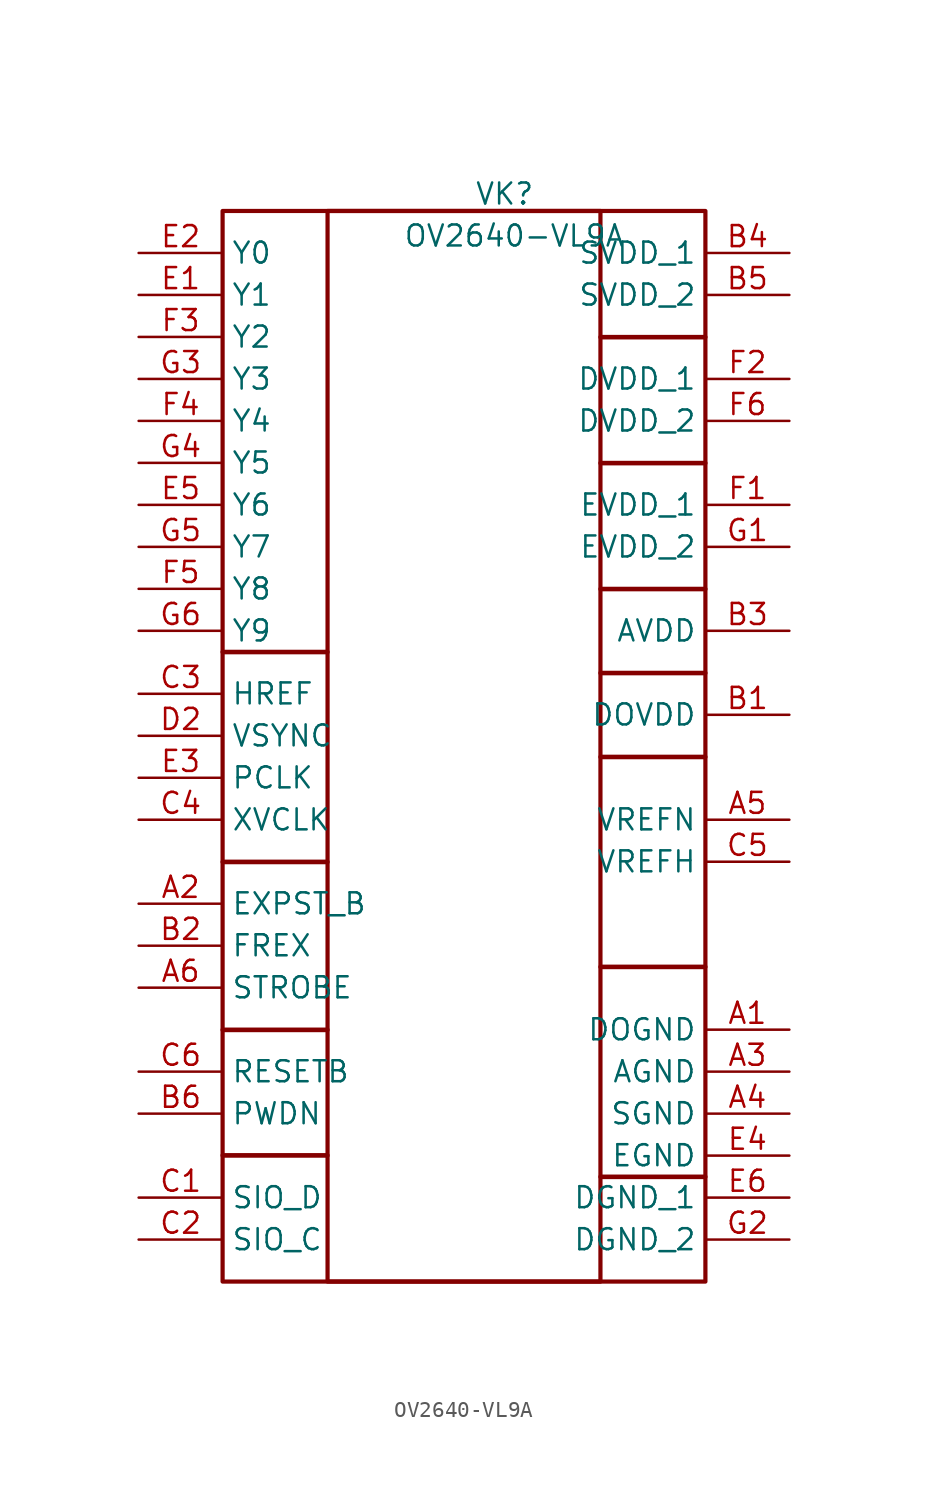
<source format=kicad_sym>
(kicad_symbol_lib
  (version 20241209)
  (generator "kicad_symbol_editor")
  (generator_version "9.0")
  (symbol "OV2640-VL9A"
    (property "Reference" "VK"
      (at 16.51 4.318 0)
      (effects (font (size 1.27 1.27)) (justify left top)))
    (property "Value" "OV2640-VL9A"
      (at 12.192 1.778 0)
      (effects (font (size 1.27 1.27)) (justify left top)))
    (symbol "OV2640-VL9A_1_1"
      (rectangle (start 1.27 2.54) (end 30.48 -62.23) (stroke (width 0.254) (type default)) (fill (type none)))
      (rectangle (start 1.27 -24.13) (end 7.62 -24.155) (stroke (width 0.254) (type default)) (fill (type none)))
      (rectangle (start 1.27 -36.83) (end 7.62 -36.855) (stroke (width 0.254) (type default)) (fill (type none)))
      (rectangle (start 1.27 -46.99) (end 7.62 -47.015) (stroke (width 0.254) (type default)) (fill (type none)))
      (rectangle (start 1.27 -54.585) (end 7.62 -54.61) (stroke (width 0.254) (type default)) (fill (type none)))
      (rectangle (start 7.62 2.54) (end 24.13 -62.23) (stroke (width 0.254) (type default)) (fill (type none)))
      (rectangle (start 24.13 -5.08) (end 30.48 -5.105) (stroke (width 0.254) (type default)) (fill (type none)))
      (rectangle (start 24.13 -12.7) (end 30.48 -12.725) (stroke (width 0.254) (type default)) (fill (type none)))
      (rectangle (start 24.13 -20.32) (end 30.48 -20.345) (stroke (width 0.254) (type default)) (fill (type none)))
      (rectangle (start 24.13 -25.4) (end 30.48 -25.425) (stroke (width 0.254) (type default)) (fill (type none)))
      (rectangle (start 24.13 -30.48) (end 30.48 -30.505) (stroke (width 0.254) (type default)) (fill (type none)))
      (rectangle (start 24.13 -43.18) (end 30.48 -43.205) (stroke (width 0.254) (type default)) (fill (type none)))
      (rectangle (start 24.13 -55.88) (end 30.48 -55.905) (stroke (width 0.254) (type default)) (fill (type none)))
      (pin passive line (at -3.81 0 0) (length 5.08) (name "Y0" (effects (font (size 1.27 1.27)))) (number "E2" (effects (font (size 1.27 1.27)))))
      (pin passive line (at -3.81 -2.54 0) (length 5.08) (name "Y1" (effects (font (size 1.27 1.27)))) (number "E1" (effects (font (size 1.27 1.27)))))
      (pin passive line (at -3.81 -5.08 0) (length 5.08) (name "Y2" (effects (font (size 1.27 1.27)))) (number "F3" (effects (font (size 1.27 1.27)))))
      (pin passive line (at -3.81 -7.62 0) (length 5.08) (name "Y3" (effects (font (size 1.27 1.27)))) (number "G3" (effects (font (size 1.27 1.27)))))
      (pin passive line (at -3.81 -10.16 0) (length 5.08) (name "Y4" (effects (font (size 1.27 1.27)))) (number "F4" (effects (font (size 1.27 1.27)))))
      (pin passive line (at -3.81 -12.7 0) (length 5.08) (name "Y5" (effects (font (size 1.27 1.27)))) (number "G4" (effects (font (size 1.27 1.27)))))
      (pin passive line (at -3.81 -15.24 0) (length 5.08) (name "Y6" (effects (font (size 1.27 1.27)))) (number "E5" (effects (font (size 1.27 1.27)))))
      (pin passive line (at -3.81 -17.78 0) (length 5.08) (name "Y7" (effects (font (size 1.27 1.27)))) (number "G5" (effects (font (size 1.27 1.27)))))
      (pin passive line (at -3.81 -20.32 0) (length 5.08) (name "Y8" (effects (font (size 1.27 1.27)))) (number "F5" (effects (font (size 1.27 1.27)))))
      (pin passive line (at -3.81 -22.86 0) (length 5.08) (name "Y9" (effects (font (size 1.27 1.27)))) (number "G6" (effects (font (size 1.27 1.27)))))
      (pin passive line (at -3.81 -26.67 0) (length 5.08) (name "HREF" (effects (font (size 1.27 1.27)))) (number "C3" (effects (font (size 1.27 1.27)))))
      (pin passive line (at -3.81 -29.21 0) (length 5.08) (name "VSYNC" (effects (font (size 1.27 1.27)))) (number "D2" (effects (font (size 1.27 1.27)))))
      (pin passive line (at -3.81 -31.75 0) (length 5.08) (name "PCLK" (effects (font (size 1.27 1.27)))) (number "E3" (effects (font (size 1.27 1.27)))))
      (pin passive line (at -3.81 -34.29 0) (length 5.08) (name "XVCLK" (effects (font (size 1.27 1.27)))) (number "C4" (effects (font (size 1.27 1.27)))))
      (pin passive line (at -3.81 -39.37 0) (length 5.08) (name "EXPST_B" (effects (font (size 1.27 1.27)))) (number "A2" (effects (font (size 1.27 1.27)))))
      (pin passive line (at -3.81 -41.91 0) (length 5.08) (name "FREX" (effects (font (size 1.27 1.27)))) (number "B2" (effects (font (size 1.27 1.27)))))
      (pin passive line (at -3.81 -44.45 0) (length 5.08) (name "STROBE" (effects (font (size 1.27 1.27)))) (number "A6" (effects (font (size 1.27 1.27)))))
      (pin passive line (at -3.81 -49.53 0) (length 5.08) (name "RESETB" (effects (font (size 1.27 1.27)))) (number "C6" (effects (font (size 1.27 1.27)))))
      (pin passive line (at -3.81 -52.07 0) (length 5.08) (name "PWDN" (effects (font (size 1.27 1.27)))) (number "B6" (effects (font (size 1.27 1.27)))))
      (pin passive line (at -3.81 -57.15 0) (length 5.08) (name "SIO_D" (effects (font (size 1.27 1.27)))) (number "C1" (effects (font (size 1.27 1.27)))))
      (pin passive line (at -3.81 -59.69 0) (length 5.08) (name "SIO_C" (effects (font (size 1.27 1.27)))) (number "C2" (effects (font (size 1.27 1.27)))))
      (pin no_connect line (at 22.86 -62.23 180) (length 5.08) (hide yes) (name "NC" (effects (font (size 1.27 1.27)))) (number "D6" (effects (font (size 1.27 1.27)))))
      (pin passive line (at 35.56 0 180) (length 5.08) (name "SVDD_1" (effects (font (size 1.27 1.27)))) (number "B4" (effects (font (size 1.27 1.27)))))
      (pin passive line (at 35.56 -2.54 180) (length 5.08) (name "SVDD_2" (effects (font (size 1.27 1.27)))) (number "B5" (effects (font (size 1.27 1.27)))))
      (pin passive line (at 35.56 -7.62 180) (length 5.08) (name "DVDD_1" (effects (font (size 1.27 1.27)))) (number "F2" (effects (font (size 1.27 1.27)))))
      (pin passive line (at 35.56 -10.16 180) (length 5.08) (name "DVDD_2" (effects (font (size 1.27 1.27)))) (number "F6" (effects (font (size 1.27 1.27)))))
      (pin passive line (at 35.56 -15.24 180) (length 5.08) (name "EVDD_1" (effects (font (size 1.27 1.27)))) (number "F1" (effects (font (size 1.27 1.27)))))
      (pin passive line (at 35.56 -17.78 180) (length 5.08) (name "EVDD_2" (effects (font (size 1.27 1.27)))) (number "G1" (effects (font (size 1.27 1.27)))))
      (pin passive line (at 35.56 -22.86 180) (length 5.08) (name "AVDD" (effects (font (size 1.27 1.27)))) (number "B3" (effects (font (size 1.27 1.27)))))
      (pin passive line (at 35.56 -27.94 180) (length 5.08) (name "DOVDD" (effects (font (size 1.27 1.27)))) (number "B1" (effects (font (size 1.27 1.27)))))
      (pin passive line (at 35.56 -34.29 180) (length 5.08) (name "VREFN" (effects (font (size 1.27 1.27)))) (number "A5" (effects (font (size 1.27 1.27)))))
      (pin passive line (at 35.56 -36.83 180) (length 5.08) (name "VREFH" (effects (font (size 1.27 1.27)))) (number "C5" (effects (font (size 1.27 1.27)))))
      (pin passive line (at 35.56 -46.99 180) (length 5.08) (name "DOGND" (effects (font (size 1.27 1.27)))) (number "A1" (effects (font (size 1.27 1.27)))))
      (pin passive line (at 35.56 -49.53 180) (length 5.08) (name "AGND" (effects (font (size 1.27 1.27)))) (number "A3" (effects (font (size 1.27 1.27)))))
      (pin passive line (at 35.56 -52.07 180) (length 5.08) (name "SGND" (effects (font (size 1.27 1.27)))) (number "A4" (effects (font (size 1.27 1.27)))))
      (pin passive line (at 35.56 -54.61 180) (length 5.08) (name "EGND" (effects (font (size 1.27 1.27)))) (number "E4" (effects (font (size 1.27 1.27)))))
      (pin passive line (at 35.56 -57.15 180) (length 5.08) (name "DGND_1" (effects (font (size 1.27 1.27)))) (number "E6" (effects (font (size 1.27 1.27)))))
      (pin passive line (at 35.56 -59.69 180) (length 5.08) (name "DGND_2" (effects (font (size 1.27 1.27)))) (number "G2" (effects (font (size 1.27 1.27))))))))
</source>
